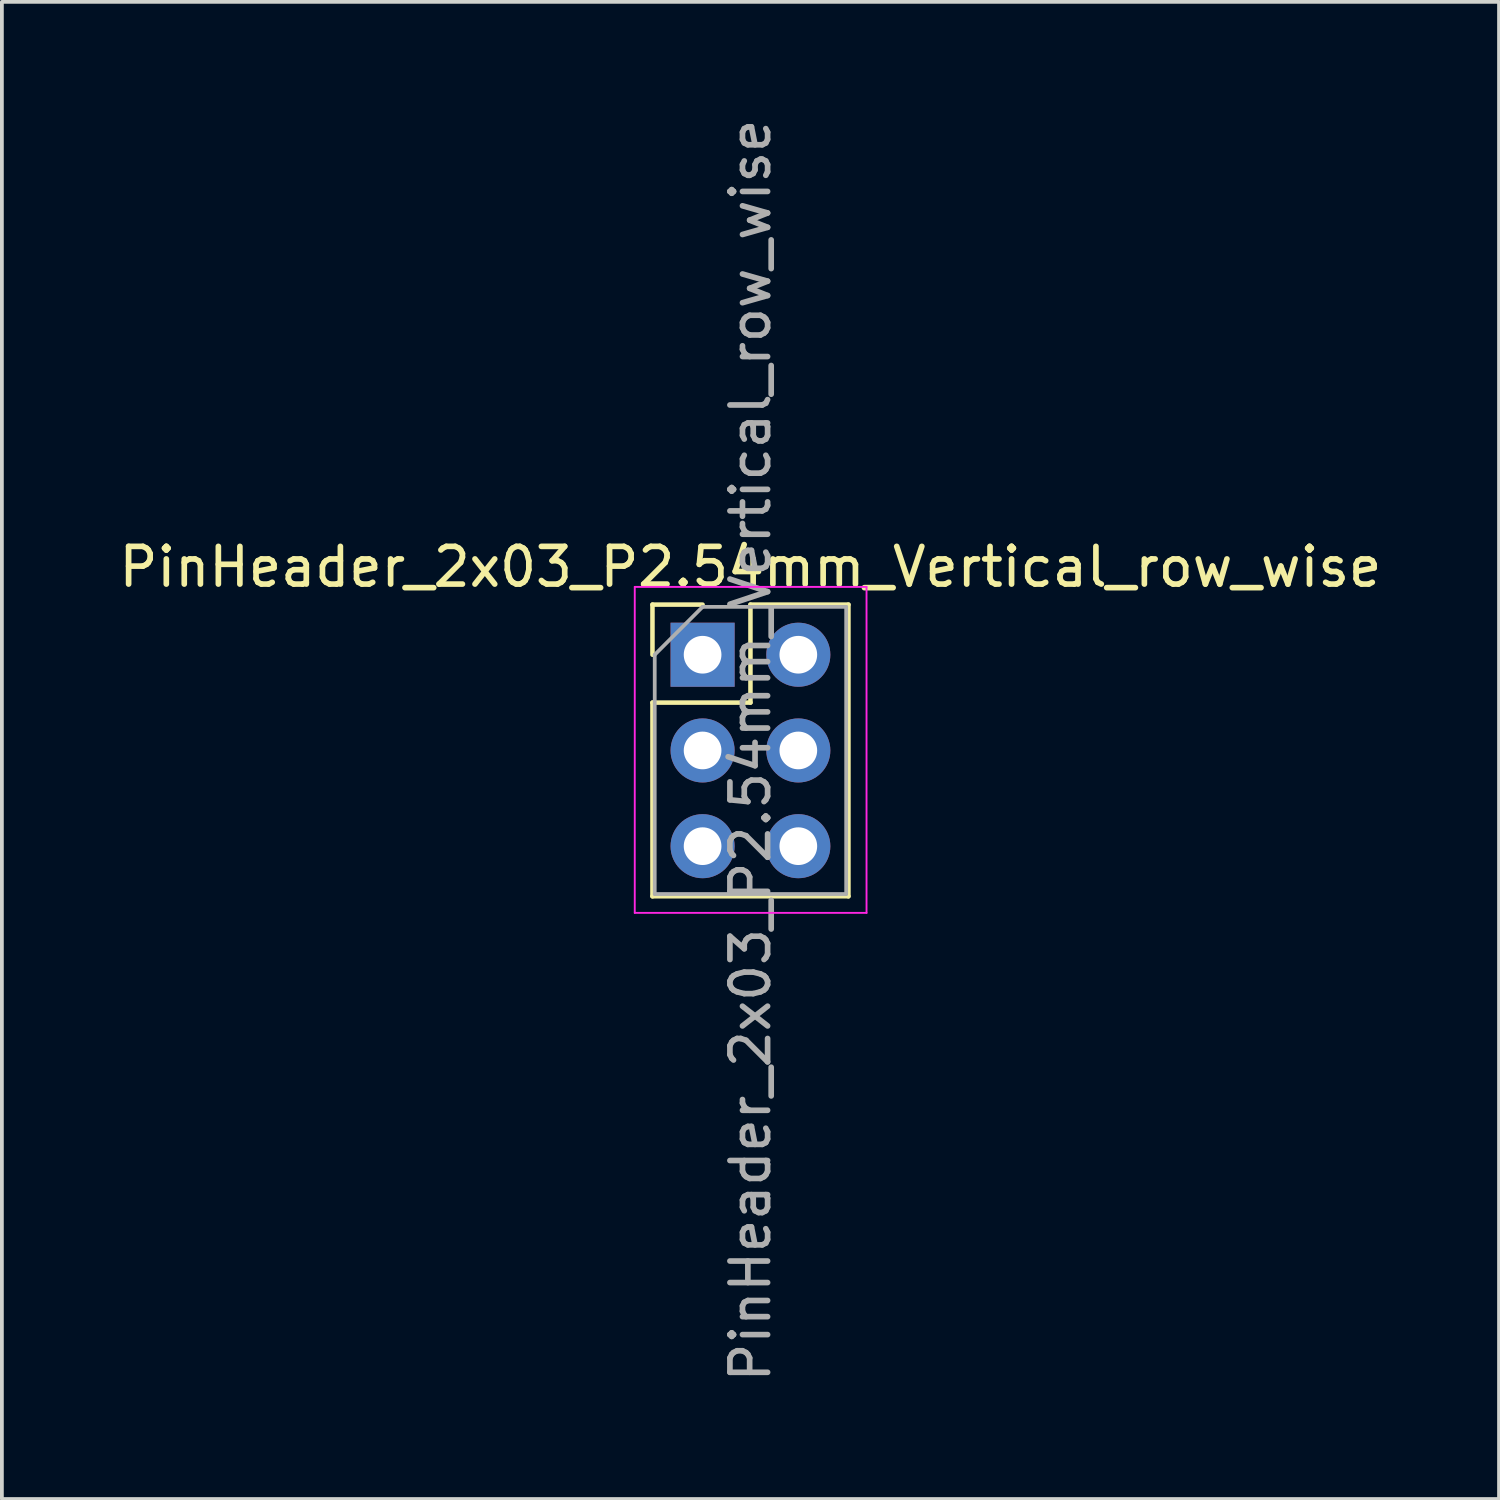
<source format=kicad_pcb>
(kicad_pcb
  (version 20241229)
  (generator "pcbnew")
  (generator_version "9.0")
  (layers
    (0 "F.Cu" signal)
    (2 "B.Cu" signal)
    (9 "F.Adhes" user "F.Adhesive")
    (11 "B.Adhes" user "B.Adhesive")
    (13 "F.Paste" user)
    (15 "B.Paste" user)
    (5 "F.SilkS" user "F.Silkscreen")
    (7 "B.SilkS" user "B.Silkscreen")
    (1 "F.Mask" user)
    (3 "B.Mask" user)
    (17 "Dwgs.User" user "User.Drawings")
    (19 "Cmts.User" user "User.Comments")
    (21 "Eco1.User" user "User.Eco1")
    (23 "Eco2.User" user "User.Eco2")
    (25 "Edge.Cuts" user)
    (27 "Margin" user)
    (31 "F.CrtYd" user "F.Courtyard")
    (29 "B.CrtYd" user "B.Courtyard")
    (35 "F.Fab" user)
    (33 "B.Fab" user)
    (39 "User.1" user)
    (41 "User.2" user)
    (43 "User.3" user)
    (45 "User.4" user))
  (footprint "PinHeader_2x03_P2.54mm_Vertical_row_wise"
    (layer "F.Cu")
    (at 15.593 14.323)
    (property "Reference" "PinHeader_2x03_P2.54mm_Vertical_row_wise" (at 1.27 -2.33 0) (layer "F.SilkS") (effects (font (size 1 1) (thickness 0.15))))
    (attr through_hole)
    (fp_line (start -1.33 -1.33) (end 0 -1.33) (stroke (width 0.12) (type solid)) (layer "F.SilkS"))
    (fp_line (start -1.33 0) (end -1.33 -1.33) (stroke (width 0.12) (type solid)) (layer "F.SilkS"))
    (fp_line (start -1.33 1.27) (end -1.33 6.41) (stroke (width 0.12) (type solid)) (layer "F.SilkS"))
    (fp_line (start -1.33 1.27) (end 1.27 1.27) (stroke (width 0.12) (type solid)) (layer "F.SilkS"))
    (fp_line (start -1.33 6.41) (end 3.87 6.41) (stroke (width 0.12) (type solid)) (layer "F.SilkS"))
    (fp_line (start 1.27 -1.33) (end 3.87 -1.33) (stroke (width 0.12) (type solid)) (layer "F.SilkS"))
    (fp_line (start 1.27 1.27) (end 1.27 -1.33) (stroke (width 0.12) (type solid)) (layer "F.SilkS"))
    (fp_line (start 3.87 -1.33) (end 3.87 6.41) (stroke (width 0.12) (type solid)) (layer "F.SilkS"))
    (fp_line (start -1.8 -1.8) (end -1.8 6.85) (stroke (width 0.05) (type solid)) (layer "F.CrtYd"))
    (fp_line (start -1.8 6.85) (end 4.35 6.85) (stroke (width 0.05) (type solid)) (layer "F.CrtYd"))
    (fp_line (start 4.35 -1.8) (end -1.8 -1.8) (stroke (width 0.05) (type solid)) (layer "F.CrtYd"))
    (fp_line (start 4.35 6.85) (end 4.35 -1.8) (stroke (width 0.05) (type solid)) (layer "F.CrtYd"))
    (fp_line (start -1.27 0) (end 0 -1.27) (stroke (width 0.1) (type solid)) (layer "F.Fab"))
    (fp_line (start -1.27 6.35) (end -1.27 0) (stroke (width 0.1) (type solid)) (layer "F.Fab"))
    (fp_line (start 0 -1.27) (end 3.81 -1.27) (stroke (width 0.1) (type solid)) (layer "F.Fab"))
    (fp_line (start 3.81 -1.27) (end 3.81 6.35) (stroke (width 0.1) (type solid)) (layer "F.Fab"))
    (fp_line (start 3.81 6.35) (end -1.27 6.35) (stroke (width 0.1) (type solid)) (layer "F.Fab"))
    (fp_text user "${REFERENCE}" (at 1.27 2.54 90) (layer "F.Fab") (effects (font (size 1 1) (thickness 0.15))))
    (pad "1" thru_hole rect (at 0 0) (size 1.7 1.7) (drill 1) (layers "*.Cu" "*.Mask"))
    (pad "2" thru_hole oval (at 0 2.54) (size 1.7 1.7) (drill 1) (layers "*.Cu" "*.Mask"))
    (pad "3" thru_hole oval (at 0 5.08) (size 1.7 1.7) (drill 1) (layers "*.Cu" "*.Mask"))
    (pad "4" thru_hole oval (at 2.54 0) (size 1.7 1.7) (drill 1) (layers "*.Cu" "*.Mask"))
    (pad "5" thru_hole oval (at 2.54 2.54) (size 1.7 1.7) (drill 1) (layers "*.Cu" "*.Mask"))
    (pad "6" thru_hole oval (at 2.54 5.08 180) (size 1.7 1.7) (drill 1) (layers "*.Cu" "*.Mask")))
  (gr_rect
    (start -3 -3)
    (end 36.726 36.726)
    (stroke (width 0.1) (type default))
    (fill no)
    (layer "Edge.Cuts")))
</source>
